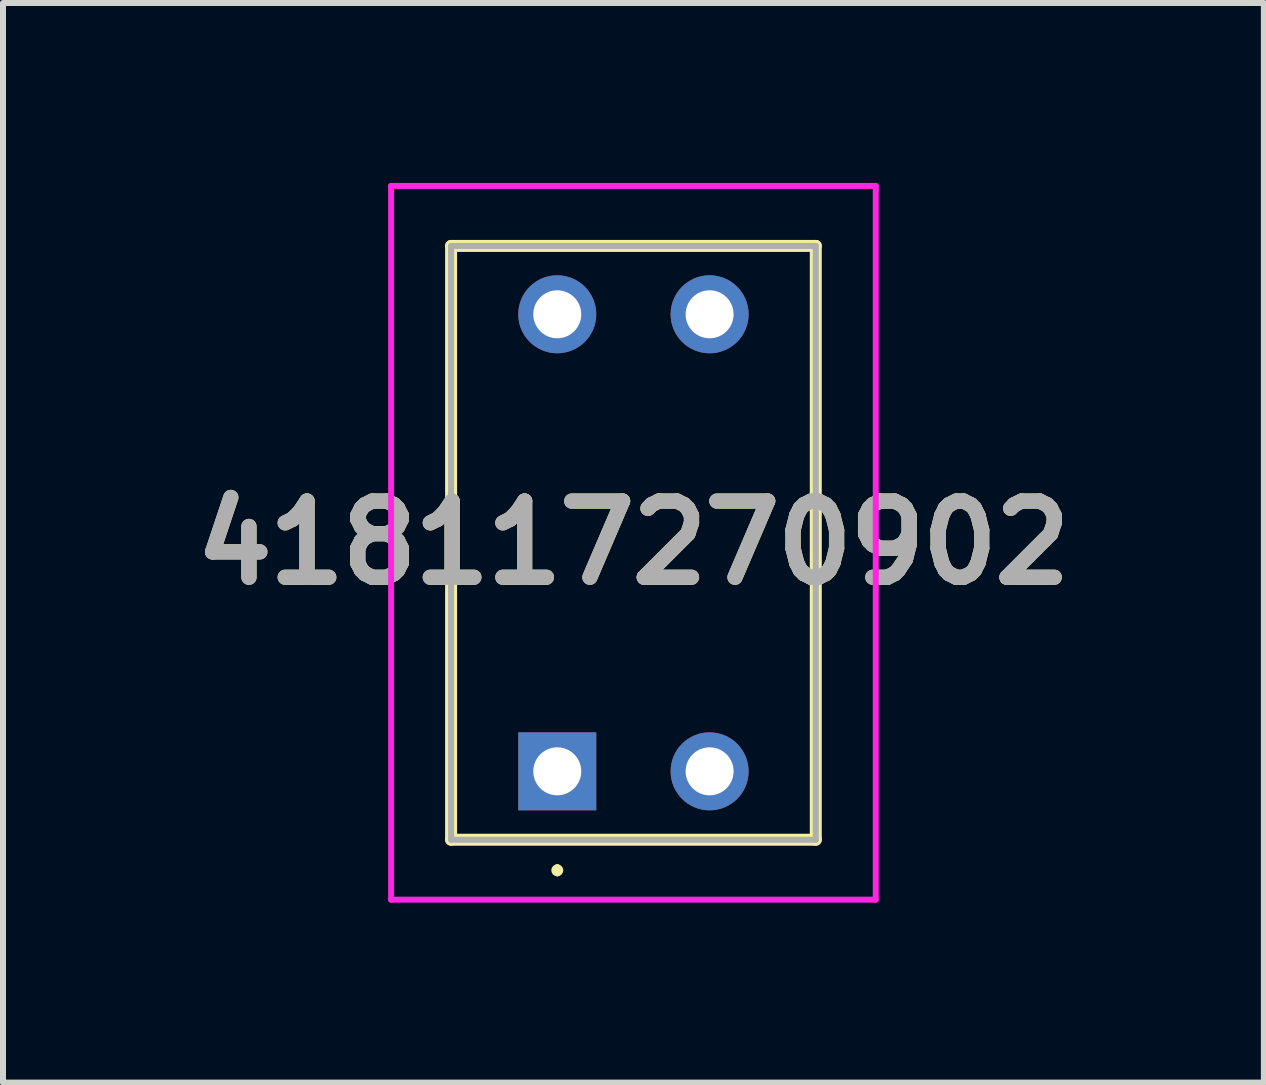
<source format=kicad_pcb>
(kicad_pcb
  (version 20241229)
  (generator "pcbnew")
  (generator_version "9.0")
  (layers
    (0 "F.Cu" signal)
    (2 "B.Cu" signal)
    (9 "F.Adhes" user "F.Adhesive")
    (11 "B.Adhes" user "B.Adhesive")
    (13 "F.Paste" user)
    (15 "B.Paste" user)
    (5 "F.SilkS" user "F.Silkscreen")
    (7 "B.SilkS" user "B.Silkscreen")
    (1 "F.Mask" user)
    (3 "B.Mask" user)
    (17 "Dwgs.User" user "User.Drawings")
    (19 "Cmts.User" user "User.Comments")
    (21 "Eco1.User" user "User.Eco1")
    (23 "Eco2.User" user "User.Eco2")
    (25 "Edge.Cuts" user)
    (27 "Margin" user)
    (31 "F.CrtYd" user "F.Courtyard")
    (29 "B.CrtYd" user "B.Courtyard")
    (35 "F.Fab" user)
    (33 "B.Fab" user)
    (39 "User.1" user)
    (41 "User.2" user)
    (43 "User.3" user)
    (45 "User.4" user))
  (footprint "418117270902"
    (layer "F.Cu")
    (at 6.241 9.81)
    (property "Reference" "418117270902" (at 1.27 -3.81 0) (layer "F.SilkS") (effects (font (size 1.27 1.27) (thickness 0.254))))
    (attr through_hole)
    (fp_line (start -1.77 -8.76) (end 4.31 -8.76) (stroke (width 0.2) (type solid)) (layer "F.SilkS"))
    (fp_line (start -1.77 1.14) (end -1.77 -8.76) (stroke (width 0.2) (type solid)) (layer "F.SilkS"))
    (fp_line (start 0 1.6) (end 0 1.6) (stroke (width 0.1) (type solid)) (layer "F.SilkS"))
    (fp_line (start 0 1.7) (end 0 1.7) (stroke (width 0.1) (type solid)) (layer "F.SilkS"))
    (fp_line (start 4.31 -8.76) (end 4.31 1.14) (stroke (width 0.2) (type solid)) (layer "F.SilkS"))
    (fp_line (start 4.31 1.14) (end -1.77 1.14) (stroke (width 0.2) (type solid)) (layer "F.SilkS"))
    (fp_arc (start 0 1.6) (mid 0.05 1.65) (end 0 1.7) (stroke (width 0.1) (type solid)) (layer "F.SilkS"))
    (fp_arc (start 0 1.7) (mid -0.05 1.65) (end 0 1.6) (stroke (width 0.1) (type solid)) (layer "F.SilkS"))
    (fp_line (start -2.77 -9.76) (end 5.31 -9.76) (stroke (width 0.1) (type solid)) (layer "F.CrtYd"))
    (fp_line (start -2.77 2.14) (end -2.77 -9.76) (stroke (width 0.1) (type solid)) (layer "F.CrtYd"))
    (fp_line (start 5.31 -9.76) (end 5.31 2.14) (stroke (width 0.1) (type solid)) (layer "F.CrtYd"))
    (fp_line (start 5.31 2.14) (end -2.77 2.14) (stroke (width 0.1) (type solid)) (layer "F.CrtYd"))
    (fp_line (start -1.77 -8.76) (end 4.31 -8.76) (stroke (width 0.1) (type solid)) (layer "F.Fab"))
    (fp_line (start -1.77 1.14) (end -1.77 -8.76) (stroke (width 0.1) (type solid)) (layer "F.Fab"))
    (fp_line (start 4.31 -8.76) (end 4.31 1.14) (stroke (width 0.1) (type solid)) (layer "F.Fab"))
    (fp_line (start 4.31 1.14) (end -1.77 1.14) (stroke (width 0.1) (type solid)) (layer "F.Fab"))
    (fp_text user "${REFERENCE}" (at 1.27 -3.81 0) (layer "F.Fab") (effects (font (size 1.27 1.27) (thickness 0.254))))
    (pad "1" thru_hole rect (at 0 0) (size 1.3 1.3) (drill 0.8) (layers "*.Cu" "*.Mask"))
    (pad "2" thru_hole circle (at 2.54 0) (size 1.3 1.3) (drill 0.8) (layers "*.Cu" "*.Mask"))
    (pad "3" thru_hole circle (at 2.54 -7.62) (size 1.3 1.3) (drill 0.8) (layers "*.Cu" "*.Mask"))
    (pad "4" thru_hole circle (at 0 -7.62) (size 1.3 1.3) (drill 0.8) (layers "*.Cu" "*.Mask")))
  (gr_rect
    (start -3 -3)
    (end 18.022 15)
    (stroke (width 0.1) (type default))
    (fill no)
    (layer "Edge.Cuts")))
</source>
